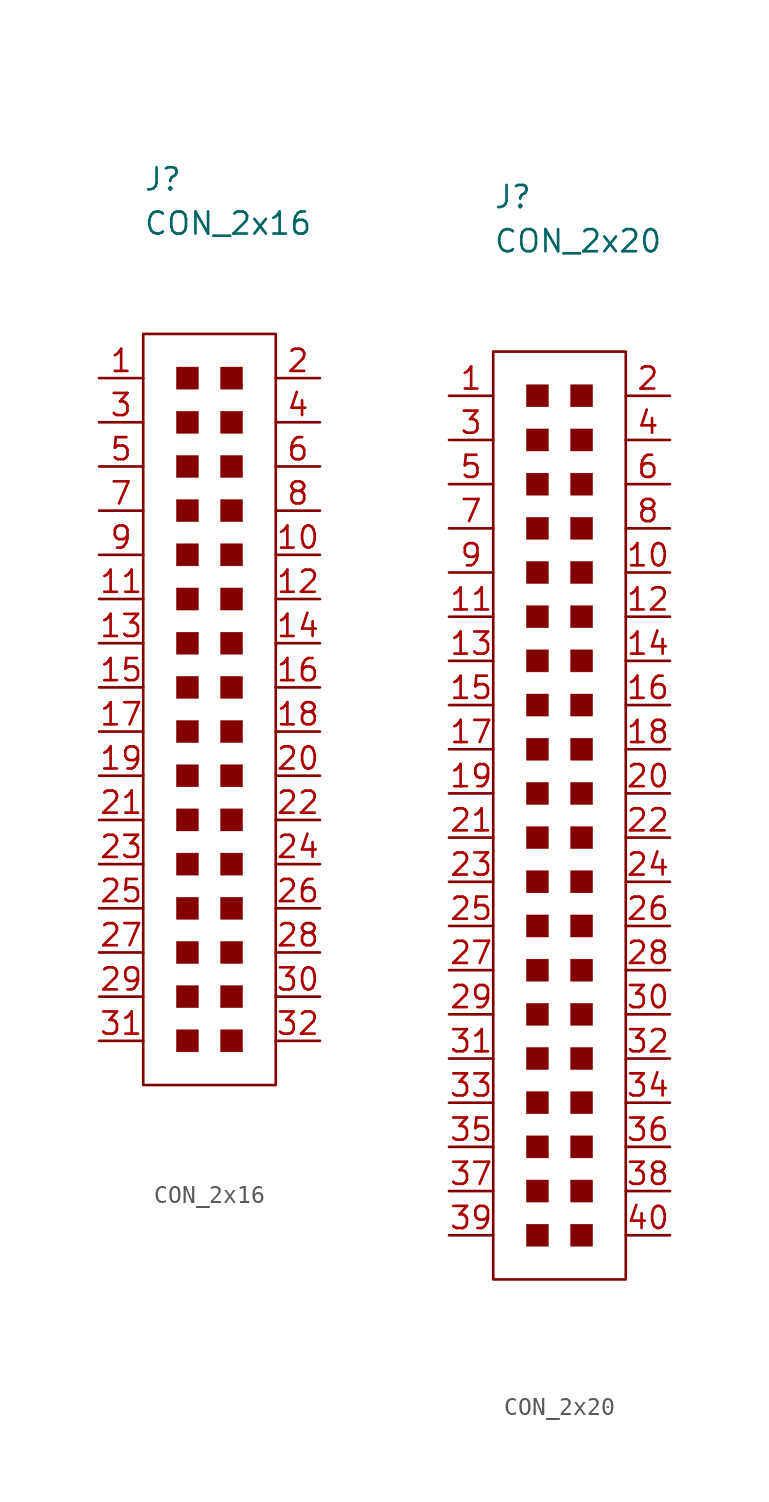
<source format=kicad_sym>
(kicad_symbol_lib
  (version 20211014)
  (generator kicad_symbol_editor)
  (symbol "CON_2x16"
    (pin_names
      (offset 1.016))
    (property "Reference" "J"
      (at -5.08 24.13 0)
      (effects (font (size 1.27 1.27)) (justify left)))
    (property "Value" "CON_2x16"
      (at -5.08 21.59 0)
      (effects (font (size 1.27 1.27)) (justify left)))
    (symbol "CON_2x16_0_1"
      (rectangle (start -5.08 15.24) (end 2.54 -27.94) (stroke (width 0.152) (type default) (color 0 0 0 0)) (fill (type none)))
      (rectangle (start -3.175 -24.765) (end -1.905 -26.035) (stroke (width 0.001) (type default) (color 0 0 0 0)) (fill (type outline)))
      (rectangle (start -3.175 -22.225) (end -1.905 -23.495) (stroke (width 0.001) (type default) (color 0 0 0 0)) (fill (type outline)))
      (rectangle (start -3.175 -19.685) (end -1.905 -20.955) (stroke (width 0.001) (type default) (color 0 0 0 0)) (fill (type outline)))
      (rectangle (start -3.175 -17.145) (end -1.905 -18.415) (stroke (width 0.001) (type default) (color 0 0 0 0)) (fill (type outline)))
      (rectangle (start -3.175 -14.605) (end -1.905 -15.875) (stroke (width 0.001) (type default) (color 0 0 0 0)) (fill (type outline)))
      (rectangle (start -3.175 -12.065) (end -1.905 -13.335) (stroke (width 0.001) (type default) (color 0 0 0 0)) (fill (type outline)))
      (rectangle (start -3.175 -9.525) (end -1.905 -10.795) (stroke (width 0.001) (type default) (color 0 0 0 0)) (fill (type outline)))
      (rectangle (start -3.175 -6.985) (end -1.905 -8.255) (stroke (width 0.001) (type default) (color 0 0 0 0)) (fill (type outline)))
      (rectangle (start -3.175 -4.445) (end -1.905 -5.715) (stroke (width 0.001) (type default) (color 0 0 0 0)) (fill (type outline)))
      (rectangle (start -3.175 -1.905) (end -1.905 -3.175) (stroke (width 0.001) (type default) (color 0 0 0 0)) (fill (type outline)))
      (rectangle (start -3.175 0.635) (end -1.905 -0.635) (stroke (width 0.001) (type default) (color 0 0 0 0)) (fill (type outline)))
      (rectangle (start -3.175 3.175) (end -1.905 1.905) (stroke (width 0.001) (type default) (color 0 0 0 0)) (fill (type outline)))
      (rectangle (start -3.175 5.715) (end -1.905 4.445) (stroke (width 0.001) (type default) (color 0 0 0 0)) (fill (type outline)))
      (rectangle (start -3.175 8.255) (end -1.905 6.985) (stroke (width 0.001) (type default) (color 0 0 0 0)) (fill (type outline)))
      (rectangle (start -3.175 10.795) (end -1.905 9.525) (stroke (width 0.001) (type default) (color 0 0 0 0)) (fill (type outline)))
      (rectangle (start -3.175 13.335) (end -1.905 12.065) (stroke (width 0.001) (type default) (color 0 0 0 0)) (fill (type outline)))
      (rectangle (start -0.635 -24.765) (end 0.635 -26.035) (stroke (width 0.001) (type default) (color 0 0 0 0)) (fill (type outline)))
      (rectangle (start -0.635 -22.225) (end 0.635 -23.495) (stroke (width 0.001) (type default) (color 0 0 0 0)) (fill (type outline)))
      (rectangle (start -0.635 -19.685) (end 0.635 -20.955) (stroke (width 0.001) (type default) (color 0 0 0 0)) (fill (type outline)))
      (rectangle (start -0.635 -17.145) (end 0.635 -18.415) (stroke (width 0.001) (type default) (color 0 0 0 0)) (fill (type outline)))
      (rectangle (start -0.635 -14.605) (end 0.635 -15.875) (stroke (width 0.001) (type default) (color 0 0 0 0)) (fill (type outline)))
      (rectangle (start -0.635 -12.065) (end 0.635 -13.335) (stroke (width 0.001) (type default) (color 0 0 0 0)) (fill (type outline)))
      (rectangle (start -0.635 -9.525) (end 0.635 -10.795) (stroke (width 0.001) (type default) (color 0 0 0 0)) (fill (type outline)))
      (rectangle (start -0.635 -6.985) (end 0.635 -8.255) (stroke (width 0.001) (type default) (color 0 0 0 0)) (fill (type outline)))
      (rectangle (start -0.635 -4.445) (end 0.635 -5.715) (stroke (width 0.001) (type default) (color 0 0 0 0)) (fill (type outline)))
      (rectangle (start -0.635 -1.905) (end 0.635 -3.175) (stroke (width 0.001) (type default) (color 0 0 0 0)) (fill (type outline)))
      (rectangle (start -0.635 0.635) (end 0.635 -0.635) (stroke (width 0.001) (type default) (color 0 0 0 0)) (fill (type outline)))
      (rectangle (start -0.635 3.175) (end 0.635 1.905) (stroke (width 0.001) (type default) (color 0 0 0 0)) (fill (type outline)))
      (rectangle (start -0.635 5.715) (end 0.635 4.445) (stroke (width 0.001) (type default) (color 0 0 0 0)) (fill (type outline)))
      (rectangle (start -0.635 8.255) (end 0.635 6.985) (stroke (width 0.001) (type default) (color 0 0 0 0)) (fill (type outline)))
      (rectangle (start -0.635 10.795) (end 0.635 9.525) (stroke (width 0.001) (type default) (color 0 0 0 0)) (fill (type outline)))
      (rectangle (start -0.635 13.335) (end 0.635 12.065) (stroke (width 0.001) (type default) (color 0 0 0 0)) (fill (type outline))))
    (symbol "CON_2x16_1_1"
      (pin passive line (at -7.62 12.7 0) (length 2.54) (name "~" (effects (font (size 1.27 1.27)))) (number "1" (effects (font (size 1.27 1.27)))))
      (pin passive line (at 5.08 2.54 180) (length 2.54) (name "~" (effects (font (size 1.27 1.27)))) (number "10" (effects (font (size 1.27 1.27)))))
      (pin passive line (at -7.62 0 0) (length 2.54) (name "~" (effects (font (size 1.27 1.27)))) (number "11" (effects (font (size 1.27 1.27)))))
      (pin passive line (at 5.08 0 180) (length 2.54) (name "~" (effects (font (size 1.27 1.27)))) (number "12" (effects (font (size 1.27 1.27)))))
      (pin passive line (at -7.62 -2.54 0) (length 2.54) (name "~" (effects (font (size 1.27 1.27)))) (number "13" (effects (font (size 1.27 1.27)))))
      (pin passive line (at 5.08 -2.54 180) (length 2.54) (name "~" (effects (font (size 1.27 1.27)))) (number "14" (effects (font (size 1.27 1.27)))))
      (pin passive line (at -7.62 -5.08 0) (length 2.54) (name "~" (effects (font (size 1.27 1.27)))) (number "15" (effects (font (size 1.27 1.27)))))
      (pin passive line (at 5.08 -5.08 180) (length 2.54) (name "~" (effects (font (size 1.27 1.27)))) (number "16" (effects (font (size 1.27 1.27)))))
      (pin passive line (at -7.62 -7.62 0) (length 2.54) (name "~" (effects (font (size 1.27 1.27)))) (number "17" (effects (font (size 1.27 1.27)))))
      (pin passive line (at 5.08 -7.62 180) (length 2.54) (name "~" (effects (font (size 1.27 1.27)))) (number "18" (effects (font (size 1.27 1.27)))))
      (pin passive line (at -7.62 -10.16 0) (length 2.54) (name "~" (effects (font (size 1.27 1.27)))) (number "19" (effects (font (size 1.27 1.27)))))
      (pin passive line (at 5.08 12.7 180) (length 2.54) (name "~" (effects (font (size 1.27 1.27)))) (number "2" (effects (font (size 1.27 1.27)))))
      (pin passive line (at 5.08 -10.16 180) (length 2.54) (name "~" (effects (font (size 1.27 1.27)))) (number "20" (effects (font (size 1.27 1.27)))))
      (pin passive line (at -7.62 -12.7 0) (length 2.54) (name "~" (effects (font (size 1.27 1.27)))) (number "21" (effects (font (size 1.27 1.27)))))
      (pin passive line (at 5.08 -12.7 180) (length 2.54) (name "~" (effects (font (size 1.27 1.27)))) (number "22" (effects (font (size 1.27 1.27)))))
      (pin passive line (at -7.62 -15.24 0) (length 2.54) (name "~" (effects (font (size 1.27 1.27)))) (number "23" (effects (font (size 1.27 1.27)))))
      (pin passive line (at 5.08 -15.24 180) (length 2.54) (name "~" (effects (font (size 1.27 1.27)))) (number "24" (effects (font (size 1.27 1.27)))))
      (pin passive line (at -7.62 -17.78 0) (length 2.54) (name "~" (effects (font (size 1.27 1.27)))) (number "25" (effects (font (size 1.27 1.27)))))
      (pin passive line (at 5.08 -17.78 180) (length 2.54) (name "~" (effects (font (size 1.27 1.27)))) (number "26" (effects (font (size 1.27 1.27)))))
      (pin passive line (at -7.62 -20.32 0) (length 2.54) (name "~" (effects (font (size 1.27 1.27)))) (number "27" (effects (font (size 1.27 1.27)))))
      (pin passive line (at 5.08 -20.32 180) (length 2.54) (name "~" (effects (font (size 1.27 1.27)))) (number "28" (effects (font (size 1.27 1.27)))))
      (pin passive line (at -7.62 -22.86 0) (length 2.54) (name "~" (effects (font (size 1.27 1.27)))) (number "29" (effects (font (size 1.27 1.27)))))
      (pin passive line (at -7.62 10.16 0) (length 2.54) (name "~" (effects (font (size 1.27 1.27)))) (number "3" (effects (font (size 1.27 1.27)))))
      (pin passive line (at 5.08 -22.86 180) (length 2.54) (name "~" (effects (font (size 1.27 1.27)))) (number "30" (effects (font (size 1.27 1.27)))))
      (pin passive line (at -7.62 -25.4 0) (length 2.54) (name "~" (effects (font (size 1.27 1.27)))) (number "31" (effects (font (size 1.27 1.27)))))
      (pin passive line (at 5.08 -25.4 180) (length 2.54) (name "~" (effects (font (size 1.27 1.27)))) (number "32" (effects (font (size 1.27 1.27)))))
      (pin passive line (at 5.08 10.16 180) (length 2.54) (name "~" (effects (font (size 1.27 1.27)))) (number "4" (effects (font (size 1.27 1.27)))))
      (pin passive line (at -7.62 7.62 0) (length 2.54) (name "~" (effects (font (size 1.27 1.27)))) (number "5" (effects (font (size 1.27 1.27)))))
      (pin passive line (at 5.08 7.62 180) (length 2.54) (name "~" (effects (font (size 1.27 1.27)))) (number "6" (effects (font (size 1.27 1.27)))))
      (pin passive line (at -7.62 5.08 0) (length 2.54) (name "~" (effects (font (size 1.27 1.27)))) (number "7" (effects (font (size 1.27 1.27)))))
      (pin passive line (at 5.08 5.08 180) (length 2.54) (name "~" (effects (font (size 1.27 1.27)))) (number "8" (effects (font (size 1.27 1.27)))))
      (pin passive line (at -7.62 2.54 0) (length 2.54) (name "~" (effects (font (size 1.27 1.27)))) (number "9" (effects (font (size 1.27 1.27)))))))
  (symbol "CON_2x20"
    (pin_names
      (offset 1.016))
    (property "Reference" "J"
      (at -5.08 24.13 0)
      (effects (font (size 1.27 1.27)) (justify left)))
    (property "Value" "CON_2x20"
      (at -5.08 21.59 0)
      (effects (font (size 1.27 1.27)) (justify left)))
    (symbol "CON_2x20_0_1"
      (rectangle (start -5.08 15.24) (end 2.54 -38.1) (stroke (width 0.152) (type default) (color 0 0 0 0)) (fill (type none)))
      (rectangle (start -3.175 -34.925) (end -1.905 -36.195) (stroke (width 0.001) (type default) (color 0 0 0 0)) (fill (type outline)))
      (rectangle (start -3.175 -32.385) (end -1.905 -33.655) (stroke (width 0.001) (type default) (color 0 0 0 0)) (fill (type outline)))
      (rectangle (start -3.175 -29.845) (end -1.905 -31.115) (stroke (width 0.001) (type default) (color 0 0 0 0)) (fill (type outline)))
      (rectangle (start -3.175 -27.305) (end -1.905 -28.575) (stroke (width 0.001) (type default) (color 0 0 0 0)) (fill (type outline)))
      (rectangle (start -3.175 -24.765) (end -1.905 -26.035) (stroke (width 0.001) (type default) (color 0 0 0 0)) (fill (type outline)))
      (rectangle (start -3.175 -22.225) (end -1.905 -23.495) (stroke (width 0.001) (type default) (color 0 0 0 0)) (fill (type outline)))
      (rectangle (start -3.175 -19.685) (end -1.905 -20.955) (stroke (width 0.001) (type default) (color 0 0 0 0)) (fill (type outline)))
      (rectangle (start -3.175 -17.145) (end -1.905 -18.415) (stroke (width 0.001) (type default) (color 0 0 0 0)) (fill (type outline)))
      (rectangle (start -3.175 -14.605) (end -1.905 -15.875) (stroke (width 0.001) (type default) (color 0 0 0 0)) (fill (type outline)))
      (rectangle (start -3.175 -12.065) (end -1.905 -13.335) (stroke (width 0.001) (type default) (color 0 0 0 0)) (fill (type outline)))
      (rectangle (start -3.175 -9.525) (end -1.905 -10.795) (stroke (width 0.001) (type default) (color 0 0 0 0)) (fill (type outline)))
      (rectangle (start -3.175 -6.985) (end -1.905 -8.255) (stroke (width 0.001) (type default) (color 0 0 0 0)) (fill (type outline)))
      (rectangle (start -3.175 -4.445) (end -1.905 -5.715) (stroke (width 0.001) (type default) (color 0 0 0 0)) (fill (type outline)))
      (rectangle (start -3.175 -1.905) (end -1.905 -3.175) (stroke (width 0.001) (type default) (color 0 0 0 0)) (fill (type outline)))
      (rectangle (start -3.175 0.635) (end -1.905 -0.635) (stroke (width 0.001) (type default) (color 0 0 0 0)) (fill (type outline)))
      (rectangle (start -3.175 3.175) (end -1.905 1.905) (stroke (width 0.001) (type default) (color 0 0 0 0)) (fill (type outline)))
      (rectangle (start -3.175 5.715) (end -1.905 4.445) (stroke (width 0.001) (type default) (color 0 0 0 0)) (fill (type outline)))
      (rectangle (start -3.175 8.255) (end -1.905 6.985) (stroke (width 0.001) (type default) (color 0 0 0 0)) (fill (type outline)))
      (rectangle (start -3.175 10.795) (end -1.905 9.525) (stroke (width 0.001) (type default) (color 0 0 0 0)) (fill (type outline)))
      (rectangle (start -3.175 13.335) (end -1.905 12.065) (stroke (width 0.001) (type default) (color 0 0 0 0)) (fill (type outline)))
      (rectangle (start -0.635 -34.925) (end 0.635 -36.195) (stroke (width 0.001) (type default) (color 0 0 0 0)) (fill (type outline)))
      (rectangle (start -0.635 -32.385) (end 0.635 -33.655) (stroke (width 0.001) (type default) (color 0 0 0 0)) (fill (type outline)))
      (rectangle (start -0.635 -29.845) (end 0.635 -31.115) (stroke (width 0.001) (type default) (color 0 0 0 0)) (fill (type outline)))
      (rectangle (start -0.635 -27.305) (end 0.635 -28.575) (stroke (width 0.001) (type default) (color 0 0 0 0)) (fill (type outline)))
      (rectangle (start -0.635 -24.765) (end 0.635 -26.035) (stroke (width 0.001) (type default) (color 0 0 0 0)) (fill (type outline)))
      (rectangle (start -0.635 -22.225) (end 0.635 -23.495) (stroke (width 0.001) (type default) (color 0 0 0 0)) (fill (type outline)))
      (rectangle (start -0.635 -19.685) (end 0.635 -20.955) (stroke (width 0.001) (type default) (color 0 0 0 0)) (fill (type outline)))
      (rectangle (start -0.635 -17.145) (end 0.635 -18.415) (stroke (width 0.001) (type default) (color 0 0 0 0)) (fill (type outline)))
      (rectangle (start -0.635 -14.605) (end 0.635 -15.875) (stroke (width 0.001) (type default) (color 0 0 0 0)) (fill (type outline)))
      (rectangle (start -0.635 -12.065) (end 0.635 -13.335) (stroke (width 0.001) (type default) (color 0 0 0 0)) (fill (type outline)))
      (rectangle (start -0.635 -9.525) (end 0.635 -10.795) (stroke (width 0.001) (type default) (color 0 0 0 0)) (fill (type outline)))
      (rectangle (start -0.635 -6.985) (end 0.635 -8.255) (stroke (width 0.001) (type default) (color 0 0 0 0)) (fill (type outline)))
      (rectangle (start -0.635 -4.445) (end 0.635 -5.715) (stroke (width 0.001) (type default) (color 0 0 0 0)) (fill (type outline)))
      (rectangle (start -0.635 -1.905) (end 0.635 -3.175) (stroke (width 0.001) (type default) (color 0 0 0 0)) (fill (type outline)))
      (rectangle (start -0.635 0.635) (end 0.635 -0.635) (stroke (width 0.001) (type default) (color 0 0 0 0)) (fill (type outline)))
      (rectangle (start -0.635 3.175) (end 0.635 1.905) (stroke (width 0.001) (type default) (color 0 0 0 0)) (fill (type outline)))
      (rectangle (start -0.635 5.715) (end 0.635 4.445) (stroke (width 0.001) (type default) (color 0 0 0 0)) (fill (type outline)))
      (rectangle (start -0.635 8.255) (end 0.635 6.985) (stroke (width 0.001) (type default) (color 0 0 0 0)) (fill (type outline)))
      (rectangle (start -0.635 10.795) (end 0.635 9.525) (stroke (width 0.001) (type default) (color 0 0 0 0)) (fill (type outline)))
      (rectangle (start -0.635 13.335) (end 0.635 12.065) (stroke (width 0.001) (type default) (color 0 0 0 0)) (fill (type outline))))
    (symbol "CON_2x20_1_1"
      (pin passive line (at -7.62 12.7 0) (length 2.54) (name "~" (effects (font (size 1.27 1.27)))) (number "1" (effects (font (size 1.27 1.27)))))
      (pin passive line (at 5.08 2.54 180) (length 2.54) (name "~" (effects (font (size 1.27 1.27)))) (number "10" (effects (font (size 1.27 1.27)))))
      (pin passive line (at -7.62 0 0) (length 2.54) (name "~" (effects (font (size 1.27 1.27)))) (number "11" (effects (font (size 1.27 1.27)))))
      (pin passive line (at 5.08 0 180) (length 2.54) (name "~" (effects (font (size 1.27 1.27)))) (number "12" (effects (font (size 1.27 1.27)))))
      (pin passive line (at -7.62 -2.54 0) (length 2.54) (name "~" (effects (font (size 1.27 1.27)))) (number "13" (effects (font (size 1.27 1.27)))))
      (pin passive line (at 5.08 -2.54 180) (length 2.54) (name "~" (effects (font (size 1.27 1.27)))) (number "14" (effects (font (size 1.27 1.27)))))
      (pin passive line (at -7.62 -5.08 0) (length 2.54) (name "~" (effects (font (size 1.27 1.27)))) (number "15" (effects (font (size 1.27 1.27)))))
      (pin passive line (at 5.08 -5.08 180) (length 2.54) (name "~" (effects (font (size 1.27 1.27)))) (number "16" (effects (font (size 1.27 1.27)))))
      (pin passive line (at -7.62 -7.62 0) (length 2.54) (name "~" (effects (font (size 1.27 1.27)))) (number "17" (effects (font (size 1.27 1.27)))))
      (pin passive line (at 5.08 -7.62 180) (length 2.54) (name "~" (effects (font (size 1.27 1.27)))) (number "18" (effects (font (size 1.27 1.27)))))
      (pin passive line (at -7.62 -10.16 0) (length 2.54) (name "~" (effects (font (size 1.27 1.27)))) (number "19" (effects (font (size 1.27 1.27)))))
      (pin passive line (at 5.08 12.7 180) (length 2.54) (name "~" (effects (font (size 1.27 1.27)))) (number "2" (effects (font (size 1.27 1.27)))))
      (pin passive line (at 5.08 -10.16 180) (length 2.54) (name "~" (effects (font (size 1.27 1.27)))) (number "20" (effects (font (size 1.27 1.27)))))
      (pin passive line (at -7.62 -12.7 0) (length 2.54) (name "~" (effects (font (size 1.27 1.27)))) (number "21" (effects (font (size 1.27 1.27)))))
      (pin passive line (at 5.08 -12.7 180) (length 2.54) (name "~" (effects (font (size 1.27 1.27)))) (number "22" (effects (font (size 1.27 1.27)))))
      (pin passive line (at -7.62 -15.24 0) (length 2.54) (name "~" (effects (font (size 1.27 1.27)))) (number "23" (effects (font (size 1.27 1.27)))))
      (pin passive line (at 5.08 -15.24 180) (length 2.54) (name "~" (effects (font (size 1.27 1.27)))) (number "24" (effects (font (size 1.27 1.27)))))
      (pin passive line (at -7.62 -17.78 0) (length 2.54) (name "~" (effects (font (size 1.27 1.27)))) (number "25" (effects (font (size 1.27 1.27)))))
      (pin passive line (at 5.08 -17.78 180) (length 2.54) (name "~" (effects (font (size 1.27 1.27)))) (number "26" (effects (font (size 1.27 1.27)))))
      (pin passive line (at -7.62 -20.32 0) (length 2.54) (name "~" (effects (font (size 1.27 1.27)))) (number "27" (effects (font (size 1.27 1.27)))))
      (pin passive line (at 5.08 -20.32 180) (length 2.54) (name "~" (effects (font (size 1.27 1.27)))) (number "28" (effects (font (size 1.27 1.27)))))
      (pin passive line (at -7.62 -22.86 0) (length 2.54) (name "~" (effects (font (size 1.27 1.27)))) (number "29" (effects (font (size 1.27 1.27)))))
      (pin passive line (at -7.62 10.16 0) (length 2.54) (name "~" (effects (font (size 1.27 1.27)))) (number "3" (effects (font (size 1.27 1.27)))))
      (pin passive line (at 5.08 -22.86 180) (length 2.54) (name "~" (effects (font (size 1.27 1.27)))) (number "30" (effects (font (size 1.27 1.27)))))
      (pin passive line (at -7.62 -25.4 0) (length 2.54) (name "~" (effects (font (size 1.27 1.27)))) (number "31" (effects (font (size 1.27 1.27)))))
      (pin passive line (at 5.08 -25.4 180) (length 2.54) (name "~" (effects (font (size 1.27 1.27)))) (number "32" (effects (font (size 1.27 1.27)))))
      (pin passive line (at -7.62 -27.94 0) (length 2.54) (name "~" (effects (font (size 1.27 1.27)))) (number "33" (effects (font (size 1.27 1.27)))))
      (pin passive line (at 5.08 -27.94 180) (length 2.54) (name "~" (effects (font (size 1.27 1.27)))) (number "34" (effects (font (size 1.27 1.27)))))
      (pin passive line (at -7.62 -30.48 0) (length 2.54) (name "~" (effects (font (size 1.27 1.27)))) (number "35" (effects (font (size 1.27 1.27)))))
      (pin passive line (at 5.08 -30.48 180) (length 2.54) (name "~" (effects (font (size 1.27 1.27)))) (number "36" (effects (font (size 1.27 1.27)))))
      (pin passive line (at -7.62 -33.02 0) (length 2.54) (name "~" (effects (font (size 1.27 1.27)))) (number "37" (effects (font (size 1.27 1.27)))))
      (pin passive line (at 5.08 -33.02 180) (length 2.54) (name "~" (effects (font (size 1.27 1.27)))) (number "38" (effects (font (size 1.27 1.27)))))
      (pin passive line (at -7.62 -35.56 0) (length 2.54) (name "~" (effects (font (size 1.27 1.27)))) (number "39" (effects (font (size 1.27 1.27)))))
      (pin passive line (at 5.08 10.16 180) (length 2.54) (name "~" (effects (font (size 1.27 1.27)))) (number "4" (effects (font (size 1.27 1.27)))))
      (pin passive line (at 5.08 -35.56 180) (length 2.54) (name "~" (effects (font (size 1.27 1.27)))) (number "40" (effects (font (size 1.27 1.27)))))
      (pin passive line (at -7.62 7.62 0) (length 2.54) (name "~" (effects (font (size 1.27 1.27)))) (number "5" (effects (font (size 1.27 1.27)))))
      (pin passive line (at 5.08 7.62 180) (length 2.54) (name "~" (effects (font (size 1.27 1.27)))) (number "6" (effects (font (size 1.27 1.27)))))
      (pin passive line (at -7.62 5.08 0) (length 2.54) (name "~" (effects (font (size 1.27 1.27)))) (number "7" (effects (font (size 1.27 1.27)))))
      (pin passive line (at 5.08 5.08 180) (length 2.54) (name "~" (effects (font (size 1.27 1.27)))) (number "8" (effects (font (size 1.27 1.27)))))
      (pin passive line (at -7.62 2.54 0) (length 2.54) (name "~" (effects (font (size 1.27 1.27)))) (number "9" (effects (font (size 1.27 1.27))))))))
</source>
